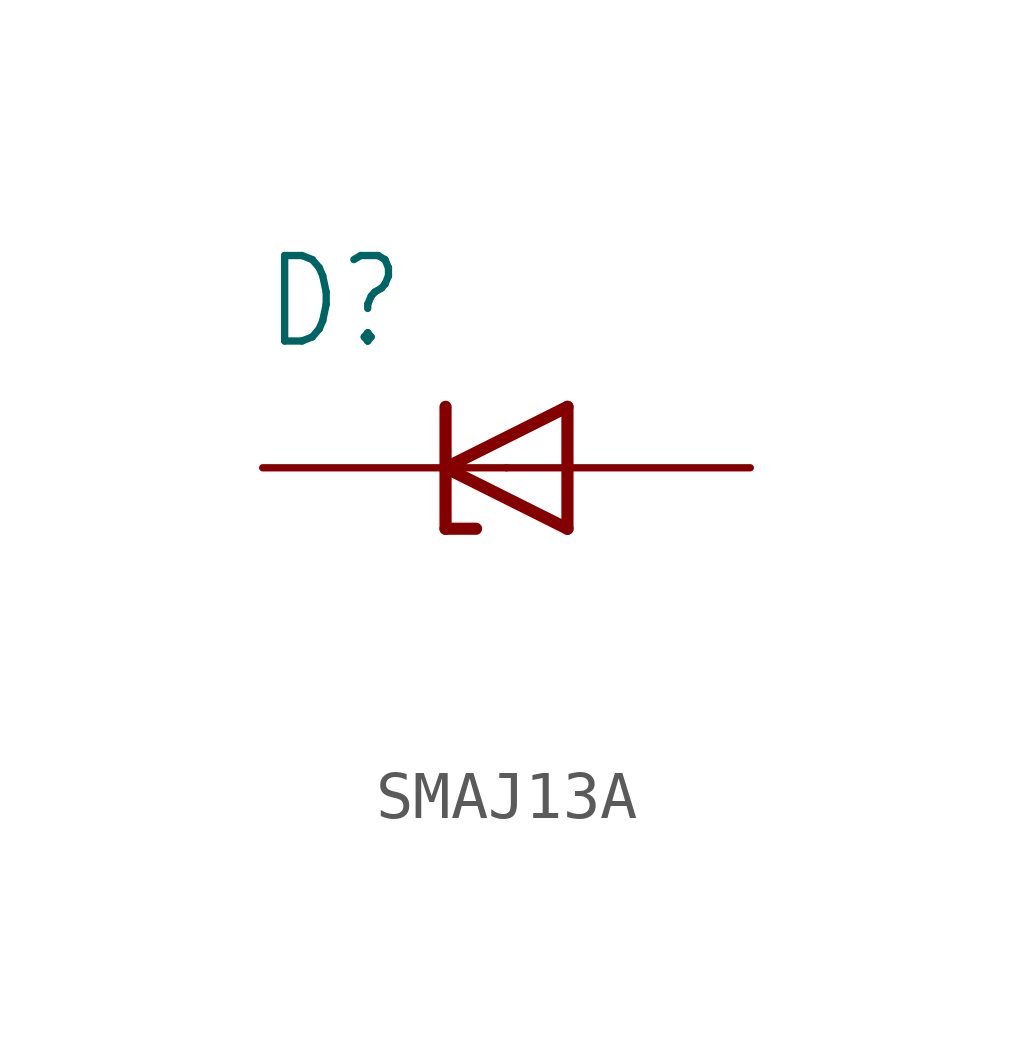
<source format=kicad_sym>
(kicad_symbol_lib
  (version 20231120)
  (generator "kicad_symbol_editor")
  (generator_version "8.0")
  (symbol "SMAJ13A"
    (property "Reference" "D"
      (at -5.083 2.416 0)
      (effects (font (size 1.781 1.514)) (justify left bottom)))
    (property "Value" ""
      (at -5.085 -4.961 0)
      (effects (font (size 1.782 1.515)) (justify left bottom)))
    (property "ki_locked" ""
      (at 0 0 0)
      (effects (font (size 1.27 1.27))))
    (symbol "SMAJ13A_1_0"
      (polyline (pts (xy -1.27 -1.27) (xy -1.27 0)) (stroke (width 0.254) (type solid)) (fill (type none)))
      (polyline (pts (xy -1.27 0) (xy -1.27 1.27)) (stroke (width 0.254) (type solid)) (fill (type none)))
      (polyline (pts (xy -1.27 0) (xy 1.27 -1.27)) (stroke (width 0.254) (type solid)) (fill (type none)))
      (polyline (pts (xy -0.635 -1.27) (xy -1.27 -1.27)) (stroke (width 0.254) (type solid)) (fill (type none)))
      (polyline (pts (xy 1.27 -1.27) (xy 1.27 1.27)) (stroke (width 0.254) (type solid)) (fill (type none)))
      (polyline (pts (xy 1.27 1.27) (xy -1.27 0)) (stroke (width 0.254) (type solid)) (fill (type none)))
      (pin passive line (at 5.08 0 180) (length 5.08) (name "A" (effects (font (size 0 0)))) (number "A" (effects (font (size 0 0)))))
      (pin passive line (at -5.08 0 0) (length 5.08) (name "C" (effects (font (size 0 0)))) (number "C" (effects (font (size 0 0))))))))
</source>
